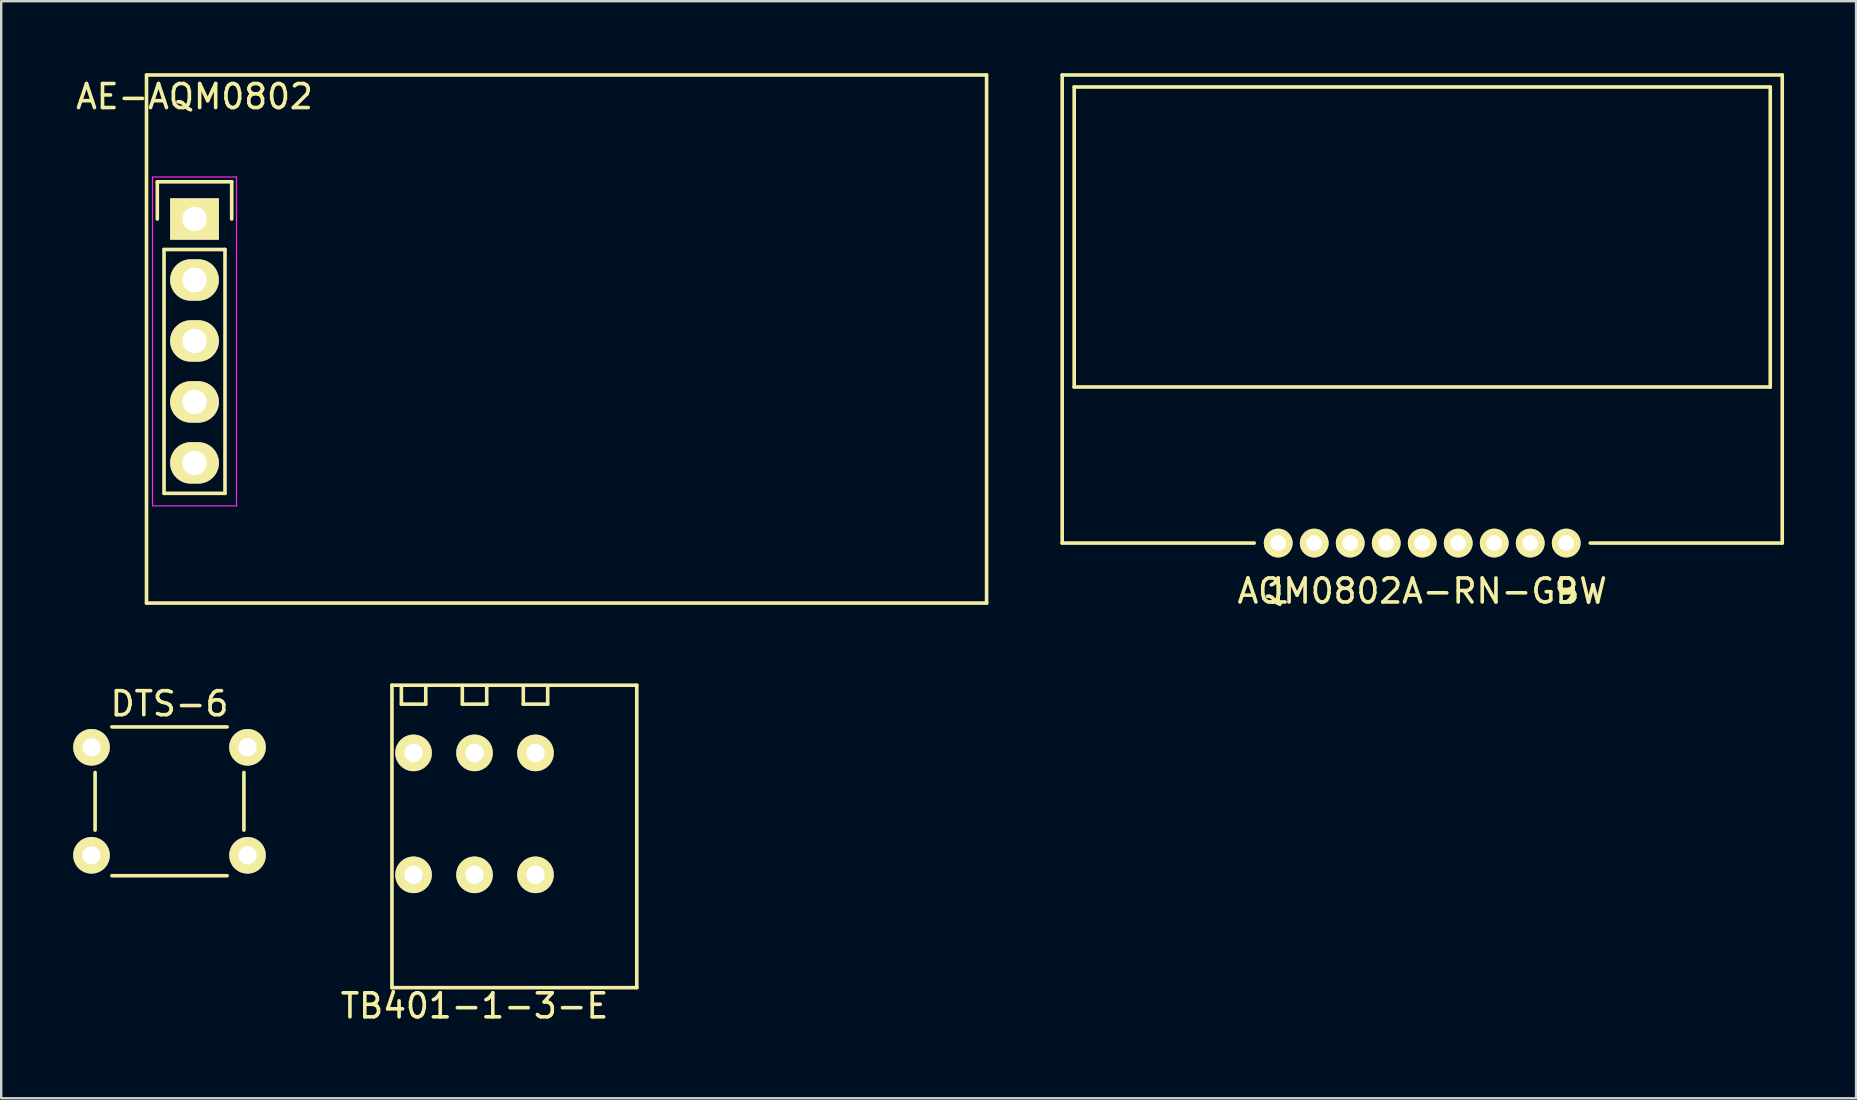
<source format=kicad_pcb>
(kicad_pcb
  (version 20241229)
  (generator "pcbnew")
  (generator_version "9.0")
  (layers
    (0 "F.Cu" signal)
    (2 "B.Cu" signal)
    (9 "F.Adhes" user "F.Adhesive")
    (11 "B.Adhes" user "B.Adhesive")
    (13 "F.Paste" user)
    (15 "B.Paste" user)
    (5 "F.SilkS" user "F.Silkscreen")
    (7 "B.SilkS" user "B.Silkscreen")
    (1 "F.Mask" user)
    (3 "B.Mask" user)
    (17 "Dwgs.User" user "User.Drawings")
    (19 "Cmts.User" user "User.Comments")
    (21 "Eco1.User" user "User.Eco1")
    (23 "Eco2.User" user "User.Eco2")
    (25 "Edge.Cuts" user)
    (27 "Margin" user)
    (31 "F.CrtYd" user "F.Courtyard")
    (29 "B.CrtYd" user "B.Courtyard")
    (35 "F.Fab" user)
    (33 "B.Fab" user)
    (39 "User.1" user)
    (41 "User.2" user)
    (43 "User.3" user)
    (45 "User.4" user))
  (footprint "AE-AQM0802"
    (layer "F.Cu")
    (at 5.054 6.075)
    (property "Reference" "AE-AQM0802" (at 0 -5.1 0) (layer "F.SilkS") (effects (font (size 1 1) (thickness 0.15))))
    (attr through_hole)
    (fp_line (start -2 -6) (end -2 16) (stroke (width 0.15) (type solid)) (layer "F.SilkS"))
    (fp_line (start -2 16) (end 33 16) (stroke (width 0.15) (type solid)) (layer "F.SilkS"))
    (fp_line (start -1.55 -1.55) (end 1.55 -1.55) (stroke (width 0.15) (type solid)) (layer "F.SilkS"))
    (fp_line (start -1.55 0) (end -1.55 -1.55) (stroke (width 0.15) (type solid)) (layer "F.SilkS"))
    (fp_line (start -1.27 11.43) (end -1.27 1.27) (stroke (width 0.15) (type solid)) (layer "F.SilkS"))
    (fp_line (start 1.27 1.27) (end -1.27 1.27) (stroke (width 0.15) (type solid)) (layer "F.SilkS"))
    (fp_line (start 1.27 1.27) (end 1.27 11.43) (stroke (width 0.15) (type solid)) (layer "F.SilkS"))
    (fp_line (start 1.27 11.43) (end -1.27 11.43) (stroke (width 0.15) (type solid)) (layer "F.SilkS"))
    (fp_line (start 1.55 -1.55) (end 1.55 0) (stroke (width 0.15) (type solid)) (layer "F.SilkS"))
    (fp_line (start 33 -6) (end -2 -6) (stroke (width 0.15) (type solid)) (layer "F.SilkS"))
    (fp_line (start 33 16) (end 33 -6) (stroke (width 0.15) (type solid)) (layer "F.SilkS"))
    (fp_line (start -1.75 -1.75) (end -1.75 11.95) (stroke (width 0.05) (type solid)) (layer "F.CrtYd"))
    (fp_line (start -1.75 -1.75) (end 1.75 -1.75) (stroke (width 0.05) (type solid)) (layer "F.CrtYd"))
    (fp_line (start -1.75 11.95) (end 1.75 11.95) (stroke (width 0.05) (type solid)) (layer "F.CrtYd"))
    (fp_line (start 1.75 -1.75) (end 1.75 11.95) (stroke (width 0.05) (type solid)) (layer "F.CrtYd"))
    (pad "1" thru_hole rect (at 0 0) (size 2.032 1.727) (drill 1.016) (layers "*.Cu" "*.Mask" "F.SilkS"))
    (pad "2" thru_hole oval (at 0 2.54) (size 2.032 1.727) (drill 1.016) (layers "*.Cu" "*.Mask" "F.SilkS"))
    (pad "3" thru_hole oval (at 0 5.08) (size 2.032 1.727) (drill 1.016) (layers "*.Cu" "*.Mask" "F.SilkS"))
    (pad "4" thru_hole oval (at 0 7.62) (size 2.032 1.727) (drill 1.016) (layers "*.Cu" "*.Mask" "F.SilkS"))
    (pad "5" thru_hole oval (at 0 10.16) (size 2.032 1.727) (drill 1.016) (layers "*.Cu" "*.Mask" "F.SilkS")))
  (footprint "TB401-1-3-E"
    (layer "F.Cu")
    (at 14.18 33.398)
    (property "Reference" "TB401-1-3-E" (at 2.54 5.461 0) (layer "F.SilkS") (effects (font (size 1 1) (thickness 0.15))))
    (attr through_hole)
    (fp_line (start -0.9 -7.9) (end -0.9 4.7) (stroke (width 0.15) (type solid)) (layer "F.SilkS"))
    (fp_line (start -0.9 4.7) (end 9.3 4.7) (stroke (width 0.15) (type solid)) (layer "F.SilkS"))
    (fp_line (start -0.508 -7.874) (end -0.508 -7.112) (stroke (width 0.15) (type solid)) (layer "F.SilkS"))
    (fp_line (start -0.508 -7.112) (end 0.508 -7.112) (stroke (width 0.15) (type solid)) (layer "F.SilkS"))
    (fp_line (start 0.508 -7.112) (end 0.508 -7.874) (stroke (width 0.15) (type solid)) (layer "F.SilkS"))
    (fp_line (start 2.032 -7.874) (end 2.032 -7.112) (stroke (width 0.15) (type solid)) (layer "F.SilkS"))
    (fp_line (start 2.032 -7.112) (end 3.048 -7.112) (stroke (width 0.15) (type solid)) (layer "F.SilkS"))
    (fp_line (start 3.048 -7.112) (end 3.048 -7.874) (stroke (width 0.15) (type solid)) (layer "F.SilkS"))
    (fp_line (start 4.572 -7.874) (end 4.572 -7.112) (stroke (width 0.15) (type solid)) (layer "F.SilkS"))
    (fp_line (start 4.572 -7.112) (end 5.588 -7.112) (stroke (width 0.15) (type solid)) (layer "F.SilkS"))
    (fp_line (start 5.588 -7.112) (end 5.588 -7.874) (stroke (width 0.15) (type solid)) (layer "F.SilkS"))
    (fp_line (start 9.3 -7.9) (end -0.9 -7.9) (stroke (width 0.15) (type solid)) (layer "F.SilkS"))
    (fp_line (start 9.3 4.7) (end 9.3 -7.9) (stroke (width 0.15) (type solid)) (layer "F.SilkS"))
    (pad "1" thru_hole circle (at 0 -5.08) (size 1.524 1.524) (drill 0.762) (layers "*.Cu" "*.Mask" "F.SilkS"))
    (pad "1" thru_hole circle (at 0 0) (size 1.524 1.524) (drill 0.762) (layers "*.Cu" "*.Mask" "F.SilkS"))
    (pad "2" thru_hole circle (at 2.54 -5.08) (size 1.524 1.524) (drill 0.762) (layers "*.Cu" "*.Mask" "F.SilkS"))
    (pad "2" thru_hole circle (at 2.54 0) (size 1.524 1.524) (drill 0.762) (layers "*.Cu" "*.Mask" "F.SilkS"))
    (pad "3" thru_hole circle (at 5.08 -5.08) (size 1.524 1.524) (drill 0.762) (layers "*.Cu" "*.Mask" "F.SilkS"))
    (pad "3" thru_hole circle (at 5.08 0) (size 1.524 1.524) (drill 0.762) (layers "*.Cu" "*.Mask" "F.SilkS")))
  (footprint "DTS-6"
    (layer "F.Cu")
    (at 4.012 30.335)
    (property "Reference" "DTS-6" (at 0 -4.064 0) (layer "F.SilkS") (effects (font (size 1 1) (thickness 0.15))))
    (attr through_hole)
    (fp_line (start -3.1 -1.2) (end -3.1 1.2) (stroke (width 0.15) (type solid)) (layer "F.SilkS"))
    (fp_line (start -2.4 -3.1) (end 2.4 -3.1) (stroke (width 0.15) (type solid)) (layer "F.SilkS"))
    (fp_line (start -2.4 3.1) (end 2.4 3.1) (stroke (width 0.15) (type solid)) (layer "F.SilkS"))
    (fp_line (start 3.1 -1.2) (end 3.1 1.2) (stroke (width 0.15) (type solid)) (layer "F.SilkS"))
    (pad "1" thru_hole circle (at -3.25 -2.25) (size 1.524 1.524) (drill 0.762) (layers "*.Cu" "*.Mask" "F.SilkS"))
    (pad "1" thru_hole circle (at 3.25 -2.25) (size 1.524 1.524) (drill 0.762) (layers "*.Cu" "*.Mask" "F.SilkS"))
    (pad "2" thru_hole circle (at -3.25 2.25) (size 1.524 1.524) (drill 0.762) (layers "*.Cu" "*.Mask" "F.SilkS"))
    (pad "2" thru_hole circle (at 3.25 2.25) (size 1.524 1.524) (drill 0.762) (layers "*.Cu" "*.Mask" "F.SilkS")))
  (footprint "AQM0802A-RN-GBW"
    (layer "F.Cu")
    (at 56.204 19.575)
    (property "Reference" "AQM0802A-RN-GBW" (at 0 2 0) (layer "F.SilkS") (effects (font (size 1 1) (thickness 0.15))))
    (attr through_hole)
    (fp_line (start -15 -19.5) (end 15 -19.5) (stroke (width 0.15) (type solid)) (layer "F.SilkS"))
    (fp_line (start -15 0) (end -15 -19.5) (stroke (width 0.15) (type solid)) (layer "F.SilkS"))
    (fp_line (start -14.5 -19) (end 14.5 -19) (stroke (width 0.15) (type solid)) (layer "F.SilkS"))
    (fp_line (start -14.5 -6.5) (end -14.5 -19) (stroke (width 0.15) (type solid)) (layer "F.SilkS"))
    (fp_line (start -7 0) (end -15 0) (stroke (width 0.15) (type solid)) (layer "F.SilkS"))
    (fp_line (start 14.5 -19) (end 14.5 -6.5) (stroke (width 0.15) (type solid)) (layer "F.SilkS"))
    (fp_line (start 14.5 -6.5) (end -14.5 -6.5) (stroke (width 0.15) (type solid)) (layer "F.SilkS"))
    (fp_line (start 15 -19.5) (end 15 0) (stroke (width 0.15) (type solid)) (layer "F.SilkS"))
    (fp_line (start 15 0) (end 7 0) (stroke (width 0.15) (type solid)) (layer "F.SilkS"))
    (fp_text user "1" (at -6 2 0) (layer "F.SilkS") (effects (font (size 1 1) (thickness 0.15))))
    (fp_text user "9" (at 6 2 0) (layer "F.SilkS") (effects (font (size 1 1) (thickness 0.15))))
    (pad "1" thru_hole circle (at -6 0) (size 1.2 1.2) (drill 0.65) (layers "*.Cu" "*.Mask" "F.SilkS"))
    (pad "2" thru_hole circle (at -4.5 0) (size 1.2 1.2) (drill 0.65) (layers "*.Cu" "*.Mask" "F.SilkS"))
    (pad "3" thru_hole circle (at -3 0) (size 1.2 1.2) (drill 0.65) (layers "*.Cu" "*.Mask" "F.SilkS"))
    (pad "4" thru_hole circle (at -1.5 0) (size 1.2 1.2) (drill 0.65) (layers "*.Cu" "*.Mask" "F.SilkS"))
    (pad "5" thru_hole circle (at 0 0) (size 1.2 1.2) (drill 0.65) (layers "*.Cu" "*.Mask" "F.SilkS"))
    (pad "6" thru_hole circle (at 1.5 0) (size 1.2 1.2) (drill 0.65) (layers "*.Cu" "*.Mask" "F.SilkS"))
    (pad "7" thru_hole circle (at 3 0) (size 1.2 1.2) (drill 0.65) (layers "*.Cu" "*.Mask" "F.SilkS"))
    (pad "8" thru_hole circle (at 4.5 0) (size 1.2 1.2) (drill 0.65) (layers "*.Cu" "*.Mask" "F.SilkS"))
    (pad "9" thru_hole circle (at 6 0) (size 1.2 1.2) (drill 0.65) (layers "*.Cu" "*.Mask" "F.SilkS")))
  (gr_rect
    (start -3 -3)
    (end 74.279 42.708)
    (stroke (width 0.1) (type default))
    (fill no)
    (layer "Edge.Cuts")))
</source>
